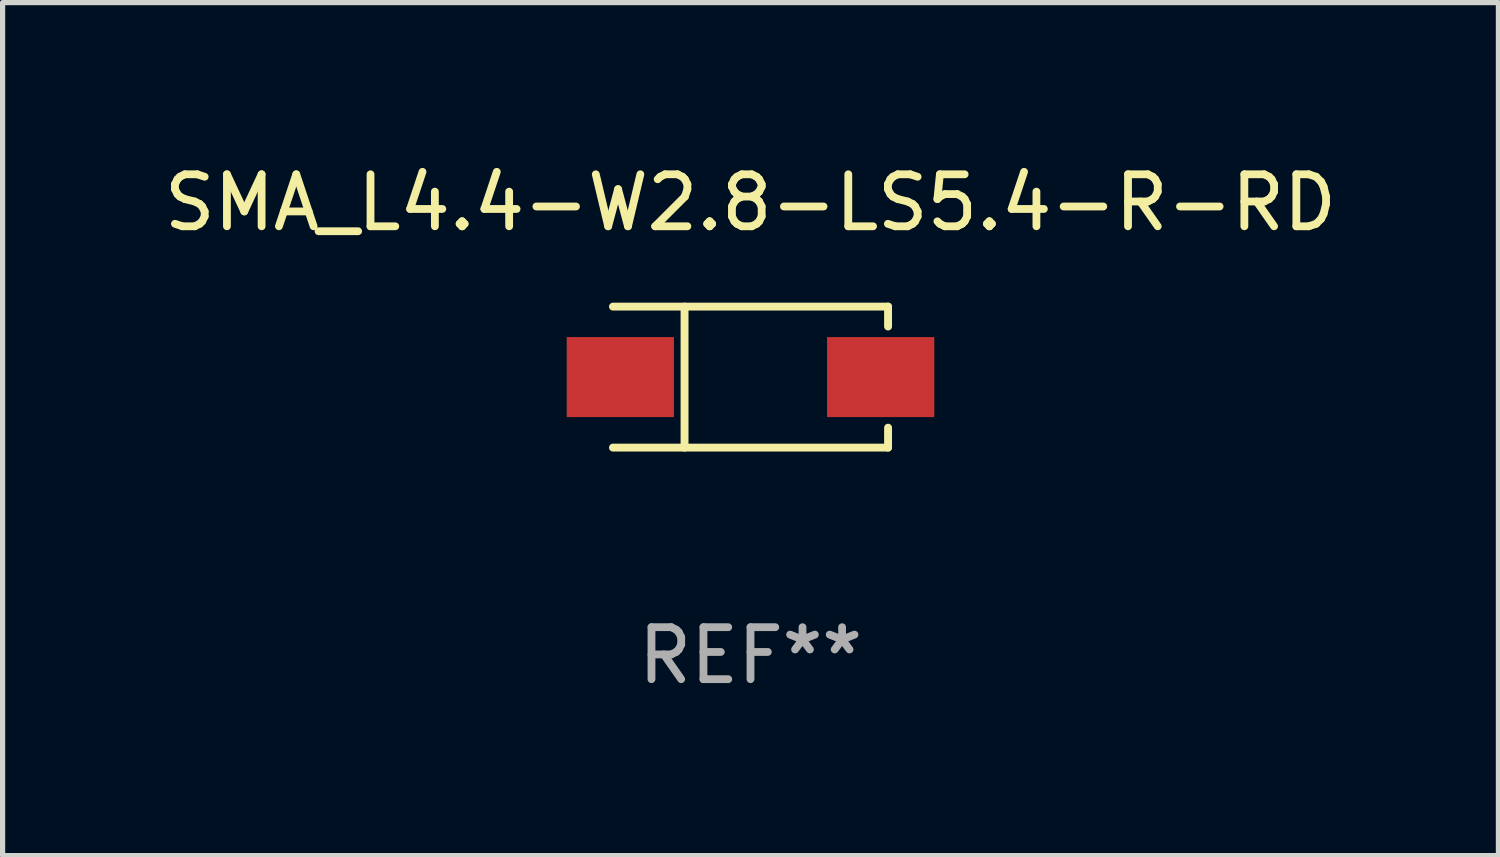
<source format=kicad_pcb>
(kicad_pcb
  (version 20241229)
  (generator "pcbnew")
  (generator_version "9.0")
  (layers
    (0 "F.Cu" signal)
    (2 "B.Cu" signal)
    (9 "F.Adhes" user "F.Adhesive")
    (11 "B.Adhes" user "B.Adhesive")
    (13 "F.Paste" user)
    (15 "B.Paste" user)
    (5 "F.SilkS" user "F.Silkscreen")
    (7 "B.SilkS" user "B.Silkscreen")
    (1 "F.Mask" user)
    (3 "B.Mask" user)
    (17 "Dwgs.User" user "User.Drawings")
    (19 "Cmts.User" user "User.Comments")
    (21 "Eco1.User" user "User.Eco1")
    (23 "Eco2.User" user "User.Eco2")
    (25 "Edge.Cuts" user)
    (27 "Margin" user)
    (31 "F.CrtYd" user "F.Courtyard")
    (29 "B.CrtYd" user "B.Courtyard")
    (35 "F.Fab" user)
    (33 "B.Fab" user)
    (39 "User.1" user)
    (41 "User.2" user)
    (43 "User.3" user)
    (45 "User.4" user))
  (footprint "SMA_L4.4-W2.8-LS5.4-R-RD"
    (layer "F.Cu")
    (at 11.387 4.204)
    (property "Reference" "SMA_L4.4-W2.8-LS5.4-R-RD" (at 0 -3.356 0) (layer "F.SilkS") (effects (font (size 1 1) (thickness 0.15))))
    (attr through_hole)
    (fp_line (start -2.646 -1.356) (end 2.646 -1.356) (stroke (width 0.152) (type solid)) (layer "F.SilkS"))
    (fp_line (start -2.646 1.356) (end 2.646 1.356) (stroke (width 0.152) (type solid)) (layer "F.SilkS"))
    (fp_line (start -1.269 -1.356) (end -1.269 1.356) (stroke (width 0.152) (type solid)) (layer "F.SilkS"))
    (fp_line (start 2.646 -1.356) (end 2.646 -0.973) (stroke (width 0.152) (type solid)) (layer "F.SilkS"))
    (fp_line (start 2.646 1.356) (end 2.646 0.973) (stroke (width 0.152) (type solid)) (layer "F.SilkS"))
    (fp_text user "REF**" (at 0 5.356 0) (layer "F.Fab") (effects (font (size 1 1) (thickness 0.15))))
    (pad "1" smd rect (at 2.504 0) (size 2.063 1.539) (layers "F.Cu" "F.Mask" "F.Paste"))
    (pad "2" smd rect (at -2.504 0) (size 2.063 1.539) (layers "F.Cu" "F.Mask" "F.Paste")))
  (gr_rect
    (start -3 -3)
    (end 25.774 13.409)
    (stroke (width 0.1) (type default))
    (fill no)
    (layer "Edge.Cuts")))
</source>
